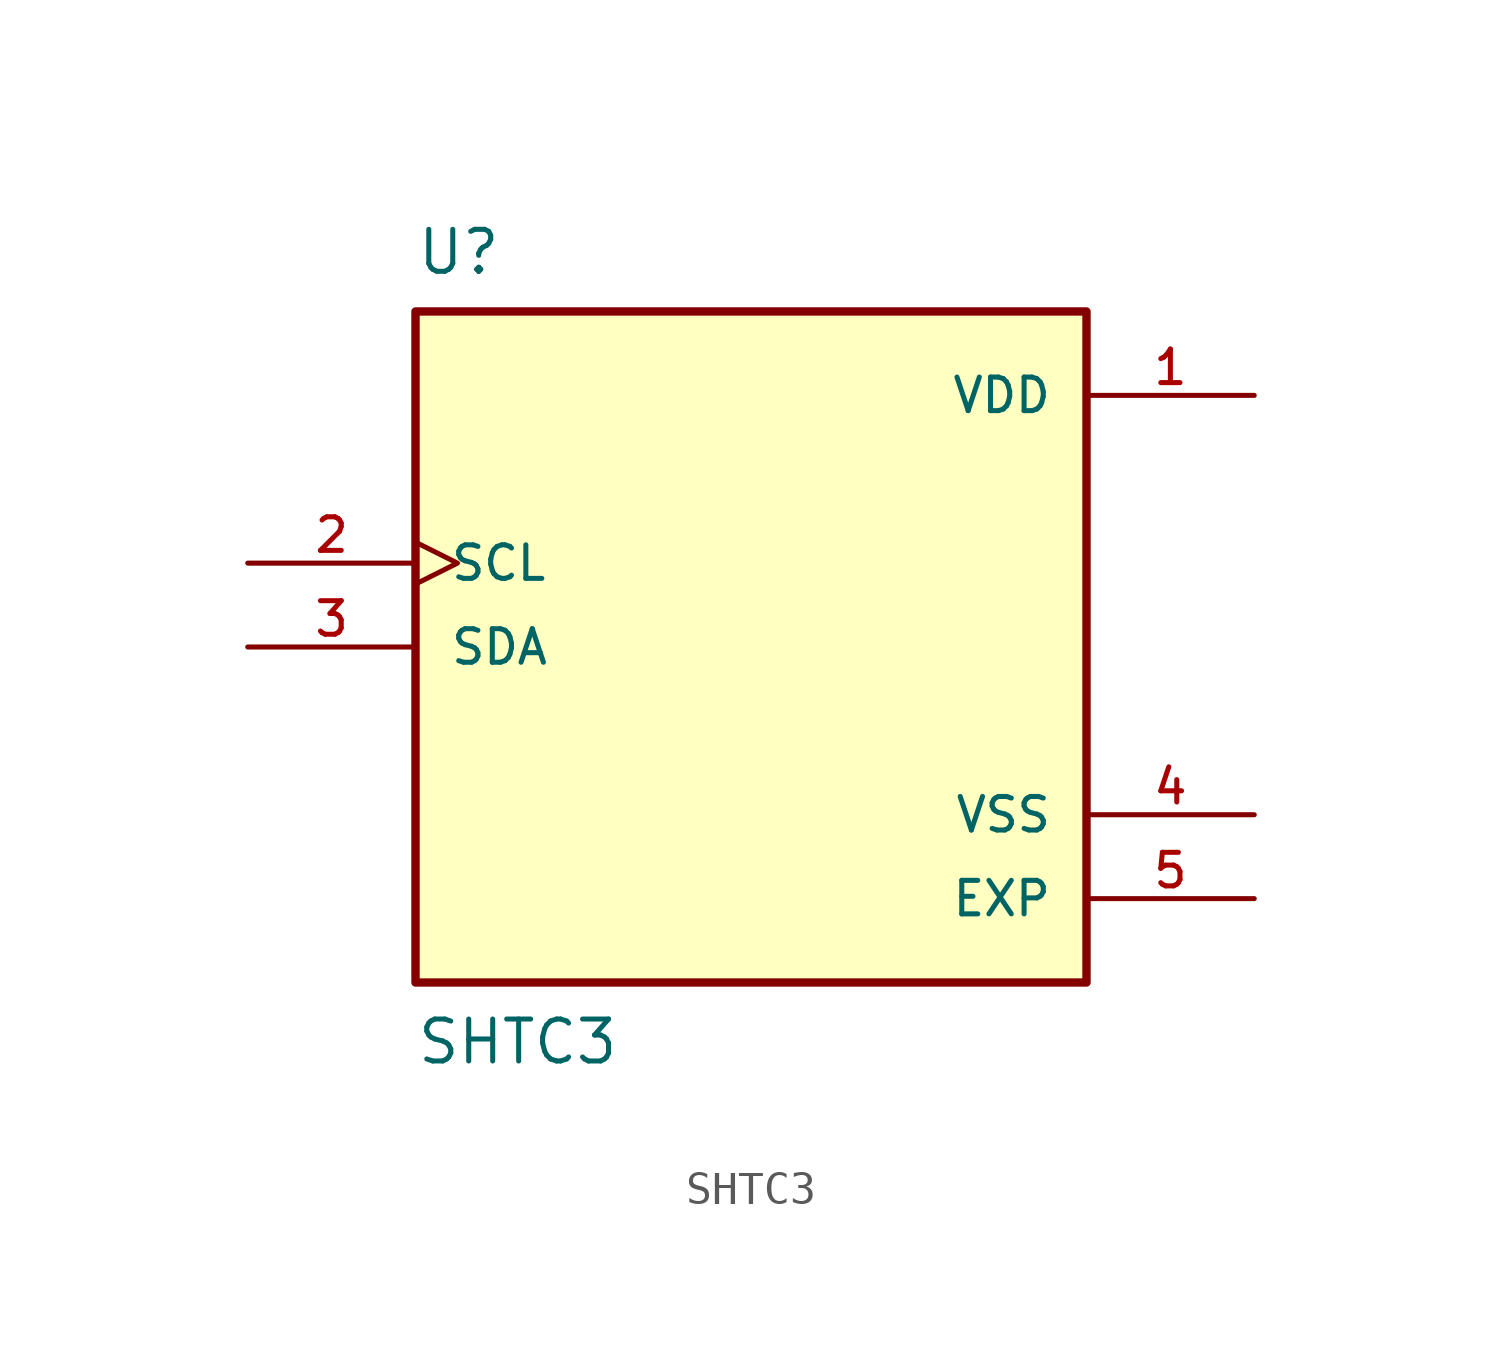
<source format=kicad_sym>
(kicad_symbol_lib
  (version 20211014)
  (generator kicad_symbol_editor)
  (symbol "SHTC3"
    (pin_names
      (offset 1.016))
    (property "Reference" "U"
      (at -10.16 12.7 0)
      (effects (font (size 1.27 1.27)) (justify left top)))
    (property "Value" "SHTC3"
      (at -10.16 -12.7 0)
      (effects (font (size 1.27 1.27)) (justify left bottom)))
    (symbol "SHTC3_0_0"
      (rectangle (start -10.16 -10.16) (end 10.16 10.16) (stroke (width 0.254) (type default) (color 0 0 0 0)) (fill (type background)))
      (pin power_in line (at 15.24 7.62 180) (length 5.08) (name "VDD" (effects (font (size 1.016 1.016)))) (number "1" (effects (font (size 1.016 1.016)))))
      (pin bidirectional clock (at -15.24 2.54 0) (length 5.08) (name "SCL" (effects (font (size 1.016 1.016)))) (number "2" (effects (font (size 1.016 1.016)))))
      (pin bidirectional line (at -15.24 0 0) (length 5.08) (name "SDA" (effects (font (size 1.016 1.016)))) (number "3" (effects (font (size 1.016 1.016)))))
      (pin power_in line (at 15.24 -5.08 180) (length 5.08) (name "VSS" (effects (font (size 1.016 1.016)))) (number "4" (effects (font (size 1.016 1.016)))))
      (pin power_in line (at 15.24 -7.62 180) (length 5.08) (name "EXP" (effects (font (size 1.016 1.016)))) (number "5" (effects (font (size 1.016 1.016))))))))
</source>
